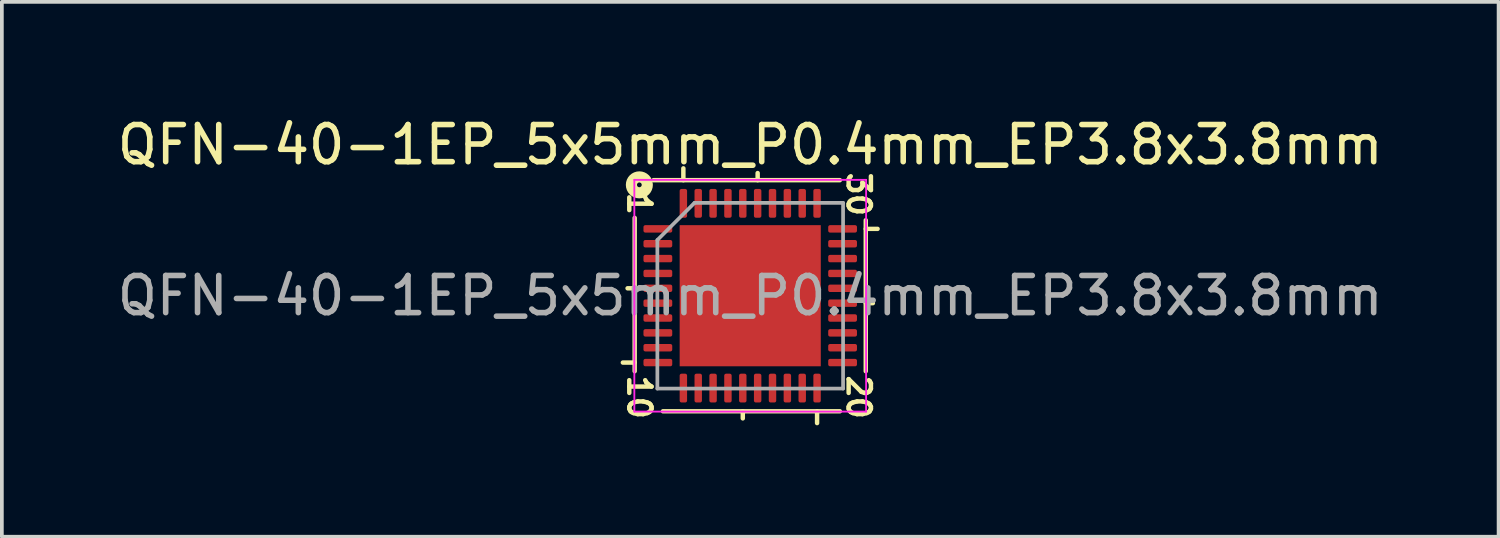
<source format=kicad_pcb>
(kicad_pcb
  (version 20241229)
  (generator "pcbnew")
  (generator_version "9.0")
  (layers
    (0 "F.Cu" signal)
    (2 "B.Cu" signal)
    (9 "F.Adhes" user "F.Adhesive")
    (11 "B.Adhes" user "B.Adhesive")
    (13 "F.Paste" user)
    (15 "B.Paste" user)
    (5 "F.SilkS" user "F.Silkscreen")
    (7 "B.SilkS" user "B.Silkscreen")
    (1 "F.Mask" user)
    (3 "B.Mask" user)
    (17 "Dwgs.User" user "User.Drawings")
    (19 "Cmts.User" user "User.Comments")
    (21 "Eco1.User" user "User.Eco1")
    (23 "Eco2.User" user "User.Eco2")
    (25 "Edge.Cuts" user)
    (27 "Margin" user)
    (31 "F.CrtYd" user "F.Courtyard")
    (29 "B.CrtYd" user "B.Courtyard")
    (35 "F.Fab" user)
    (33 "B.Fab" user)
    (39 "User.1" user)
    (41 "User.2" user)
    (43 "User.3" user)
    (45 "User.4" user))
  (footprint "QFN-40-1EP_5x5mm_P0.4mm_EP3.8x3.8mm"
    (layer "F.Cu")
    (at 17.149 4.912)
    (property "Reference" "QFN-40-1EP_5x5mm_P0.4mm_EP3.8x3.8mm" (at 0 -4.064 0) (layer "F.SilkS") (effects (font (size 1 1) (thickness 0.15))))
    (attr smd)
    (fp_line (start -3.111 -2.095) (end -3.111 2.032) (stroke (width 0.12) (type solid)) (layer "F.SilkS"))
    (fp_line (start -3.111 -0.2) (end -3.302 -0.2) (stroke (width 0.12) (type solid)) (layer "F.SilkS"))
    (fp_line (start -3.111 1.8) (end -3.429 1.8) (stroke (width 0.12) (type solid)) (layer "F.SilkS"))
    (fp_line (start -2.349 3.111) (end 2.413 3.111) (stroke (width 0.12) (type solid)) (layer "F.SilkS"))
    (fp_line (start -1.8 -3.111) (end -1.8 -3.429) (stroke (width 0.12) (type solid)) (layer "F.SilkS"))
    (fp_line (start -0.2 3.111) (end -0.2 3.302) (stroke (width 0.12) (type solid)) (layer "F.SilkS"))
    (fp_line (start 0.2 -3.111) (end 0.2 -3.302) (stroke (width 0.12) (type solid)) (layer "F.SilkS"))
    (fp_line (start 1.8 3.111) (end 1.8 3.429) (stroke (width 0.12) (type solid)) (layer "F.SilkS"))
    (fp_line (start 2.413 -3.111) (end -2.603 -3.111) (stroke (width 0.12) (type solid)) (layer "F.SilkS"))
    (fp_line (start 3.111 -1.8) (end 3.429 -1.8) (stroke (width 0.12) (type solid)) (layer "F.SilkS"))
    (fp_line (start 3.111 0.2) (end 3.302 0.2) (stroke (width 0.12) (type solid)) (layer "F.SilkS"))
    (fp_line (start 3.111 2.032) (end 3.111 -2.032) (stroke (width 0.12) (type solid)) (layer "F.SilkS"))
    (fp_circle (center -2.985 -2.985) (end -2.921 -2.985) (stroke (width 0.3) (type solid)) (fill no) (layer "F.SilkS"))
    (fp_line (start -3.12 -3.12) (end -3.12 3.12) (stroke (width 0.05) (type solid)) (layer "F.CrtYd"))
    (fp_line (start -3.12 3.12) (end 3.12 3.12) (stroke (width 0.05) (type solid)) (layer "F.CrtYd"))
    (fp_line (start 3.12 -3.12) (end -3.12 -3.12) (stroke (width 0.05) (type solid)) (layer "F.CrtYd"))
    (fp_line (start 3.12 3.12) (end 3.12 -3.12) (stroke (width 0.05) (type solid)) (layer "F.CrtYd"))
    (fp_line (start -2.5 -1.5) (end -1.5 -2.5) (stroke (width 0.1) (type solid)) (layer "F.Fab"))
    (fp_line (start -2.5 2.5) (end -2.5 -1.5) (stroke (width 0.1) (type solid)) (layer "F.Fab"))
    (fp_line (start -1.5 -2.5) (end 2.5 -2.5) (stroke (width 0.1) (type solid)) (layer "F.Fab"))
    (fp_line (start 2.5 -2.5) (end 2.5 2.5) (stroke (width 0.1) (type solid)) (layer "F.Fab"))
    (fp_line (start 2.5 2.5) (end -2.5 2.5) (stroke (width 0.1) (type solid)) (layer "F.Fab"))
    (fp_text user "1" (at -2.985 -2.477 270) (unlocked yes) (layer "F.SilkS") (effects (font (size 0.6 0.6) (thickness 0.12))))
    (fp_text user "30" (at 2.921 -2.731 270) (unlocked yes) (layer "F.SilkS") (effects (font (size 0.6 0.6) (thickness 0.12))))
    (fp_text user "10" (at -2.985 2.731 270) (unlocked yes) (layer "F.SilkS") (effects (font (size 0.6 0.6) (thickness 0.12))))
    (fp_text user "20" (at 2.921 2.731 270) (unlocked yes) (layer "F.SilkS") (effects (font (size 0.6 0.6) (thickness 0.12))))
    (fp_text user "${REFERENCE}" (at 0 0 0) (layer "F.Fab") (effects (font (size 1 1) (thickness 0.15))))
    (pad "" smd roundrect (at -1.27 -1.27) (size 1.02 1.02) (layers "F.Paste") (roundrect_rratio 0.245))
    (pad "" smd roundrect (at -1.27 0) (size 1.02 1.02) (layers "F.Paste") (roundrect_rratio 0.245))
    (pad "" smd roundrect (at -1.27 1.27) (size 1.02 1.02) (layers "F.Paste") (roundrect_rratio 0.245))
    (pad "" smd roundrect (at 0 -1.27) (size 1.02 1.02) (layers "F.Paste") (roundrect_rratio 0.245))
    (pad "" smd roundrect (at 0 0) (size 1.02 1.02) (layers "F.Paste") (roundrect_rratio 0.245))
    (pad "" smd roundrect (at 0 1.27) (size 1.02 1.02) (layers "F.Paste") (roundrect_rratio 0.245))
    (pad "" smd roundrect (at 1.27 -1.27) (size 1.02 1.02) (layers "F.Paste") (roundrect_rratio 0.245))
    (pad "" smd roundrect (at 1.27 0) (size 1.02 1.02) (layers "F.Paste") (roundrect_rratio 0.245))
    (pad "" smd roundrect (at 1.27 1.27) (size 1.02 1.02) (layers "F.Paste") (roundrect_rratio 0.245))
    (pad "1" smd roundrect (at -2.487 -1.8) (size 0.775 0.2) (layers "F.Cu" "F.Mask" "F.Paste") (roundrect_rratio 0.25))
    (pad "2" smd roundrect (at -2.487 -1.4) (size 0.775 0.2) (layers "F.Cu" "F.Mask" "F.Paste") (roundrect_rratio 0.25))
    (pad "3" smd roundrect (at -2.487 -1) (size 0.775 0.2) (layers "F.Cu" "F.Mask" "F.Paste") (roundrect_rratio 0.25))
    (pad "4" smd roundrect (at -2.487 -0.6) (size 0.775 0.2) (layers "F.Cu" "F.Mask" "F.Paste") (roundrect_rratio 0.25))
    (pad "5" smd roundrect (at -2.487 -0.2) (size 0.775 0.2) (layers "F.Cu" "F.Mask" "F.Paste") (roundrect_rratio 0.25))
    (pad "6" smd roundrect (at -2.487 0.2) (size 0.775 0.2) (layers "F.Cu" "F.Mask" "F.Paste") (roundrect_rratio 0.25))
    (pad "7" smd roundrect (at -2.487 0.6) (size 0.775 0.2) (layers "F.Cu" "F.Mask" "F.Paste") (roundrect_rratio 0.25))
    (pad "8" smd roundrect (at -2.487 1) (size 0.775 0.2) (layers "F.Cu" "F.Mask" "F.Paste") (roundrect_rratio 0.25))
    (pad "9" smd roundrect (at -2.487 1.4) (size 0.775 0.2) (layers "F.Cu" "F.Mask" "F.Paste") (roundrect_rratio 0.25))
    (pad "10" smd roundrect (at -2.487 1.8) (size 0.775 0.2) (layers "F.Cu" "F.Mask" "F.Paste") (roundrect_rratio 0.25))
    (pad "11" smd roundrect (at -1.8 2.487) (size 0.2 0.775) (layers "F.Cu" "F.Mask" "F.Paste") (roundrect_rratio 0.25))
    (pad "12" smd roundrect (at -1.4 2.487) (size 0.2 0.775) (layers "F.Cu" "F.Mask" "F.Paste") (roundrect_rratio 0.25))
    (pad "13" smd roundrect (at -1 2.487) (size 0.2 0.775) (layers "F.Cu" "F.Mask" "F.Paste") (roundrect_rratio 0.25))
    (pad "14" smd roundrect (at -0.6 2.487) (size 0.2 0.775) (layers "F.Cu" "F.Mask" "F.Paste") (roundrect_rratio 0.25))
    (pad "15" smd roundrect (at -0.2 2.487) (size 0.2 0.775) (layers "F.Cu" "F.Mask" "F.Paste") (roundrect_rratio 0.25))
    (pad "16" smd roundrect (at 0.2 2.487) (size 0.2 0.775) (layers "F.Cu" "F.Mask" "F.Paste") (roundrect_rratio 0.25))
    (pad "17" smd roundrect (at 0.6 2.487) (size 0.2 0.775) (layers "F.Cu" "F.Mask" "F.Paste") (roundrect_rratio 0.25))
    (pad "18" smd roundrect (at 1 2.487) (size 0.2 0.775) (layers "F.Cu" "F.Mask" "F.Paste") (roundrect_rratio 0.25))
    (pad "19" smd roundrect (at 1.4 2.487) (size 0.2 0.775) (layers "F.Cu" "F.Mask" "F.Paste") (roundrect_rratio 0.25))
    (pad "20" smd roundrect (at 1.8 2.487) (size 0.2 0.775) (layers "F.Cu" "F.Mask" "F.Paste") (roundrect_rratio 0.25))
    (pad "21" smd roundrect (at 2.487 1.8) (size 0.775 0.2) (layers "F.Cu" "F.Mask" "F.Paste") (roundrect_rratio 0.25))
    (pad "22" smd roundrect (at 2.487 1.4) (size 0.775 0.2) (layers "F.Cu" "F.Mask" "F.Paste") (roundrect_rratio 0.25))
    (pad "23" smd roundrect (at 2.487 1) (size 0.775 0.2) (layers "F.Cu" "F.Mask" "F.Paste") (roundrect_rratio 0.25))
    (pad "24" smd roundrect (at 2.487 0.6) (size 0.775 0.2) (layers "F.Cu" "F.Mask" "F.Paste") (roundrect_rratio 0.25))
    (pad "25" smd roundrect (at 2.487 0.2) (size 0.775 0.2) (layers "F.Cu" "F.Mask" "F.Paste") (roundrect_rratio 0.25))
    (pad "26" smd roundrect (at 2.487 -0.2) (size 0.775 0.2) (layers "F.Cu" "F.Mask" "F.Paste") (roundrect_rratio 0.25))
    (pad "27" smd roundrect (at 2.487 -0.6) (size 0.775 0.2) (layers "F.Cu" "F.Mask" "F.Paste") (roundrect_rratio 0.25))
    (pad "28" smd roundrect (at 2.487 -1) (size 0.775 0.2) (layers "F.Cu" "F.Mask" "F.Paste") (roundrect_rratio 0.25))
    (pad "29" smd roundrect (at 2.487 -1.4) (size 0.775 0.2) (layers "F.Cu" "F.Mask" "F.Paste") (roundrect_rratio 0.25))
    (pad "30" smd roundrect (at 2.487 -1.8) (size 0.775 0.2) (layers "F.Cu" "F.Mask" "F.Paste") (roundrect_rratio 0.25))
    (pad "31" smd roundrect (at 1.8 -2.487) (size 0.2 0.775) (layers "F.Cu" "F.Mask" "F.Paste") (roundrect_rratio 0.25))
    (pad "32" smd roundrect (at 1.4 -2.487) (size 0.2 0.775) (layers "F.Cu" "F.Mask" "F.Paste") (roundrect_rratio 0.25))
    (pad "33" smd roundrect (at 1 -2.487) (size 0.2 0.775) (layers "F.Cu" "F.Mask" "F.Paste") (roundrect_rratio 0.25))
    (pad "34" smd roundrect (at 0.6 -2.487) (size 0.2 0.775) (layers "F.Cu" "F.Mask" "F.Paste") (roundrect_rratio 0.25))
    (pad "35" smd roundrect (at 0.2 -2.487) (size 0.2 0.775) (layers "F.Cu" "F.Mask" "F.Paste") (roundrect_rratio 0.25))
    (pad "36" smd roundrect (at -0.2 -2.487) (size 0.2 0.775) (layers "F.Cu" "F.Mask" "F.Paste") (roundrect_rratio 0.25))
    (pad "37" smd roundrect (at -0.6 -2.487) (size 0.2 0.775) (layers "F.Cu" "F.Mask" "F.Paste") (roundrect_rratio 0.25))
    (pad "38" smd roundrect (at -1 -2.487) (size 0.2 0.775) (layers "F.Cu" "F.Mask" "F.Paste") (roundrect_rratio 0.25))
    (pad "39" smd roundrect (at -1.4 -2.487) (size 0.2 0.775) (layers "F.Cu" "F.Mask" "F.Paste") (roundrect_rratio 0.25))
    (pad "40" smd roundrect (at -1.8 -2.487) (size 0.2 0.775) (layers "F.Cu" "F.Mask" "F.Paste") (roundrect_rratio 0.25))
    (pad "41" smd rect (at 0 0) (size 3.8 3.8) (layers "F.Cu" "F.Mask")))
  (gr_rect
    (start -3 -3)
    (end 37.298 11.401)
    (stroke (width 0.1) (type default))
    (fill no)
    (layer "Edge.Cuts")))
</source>
